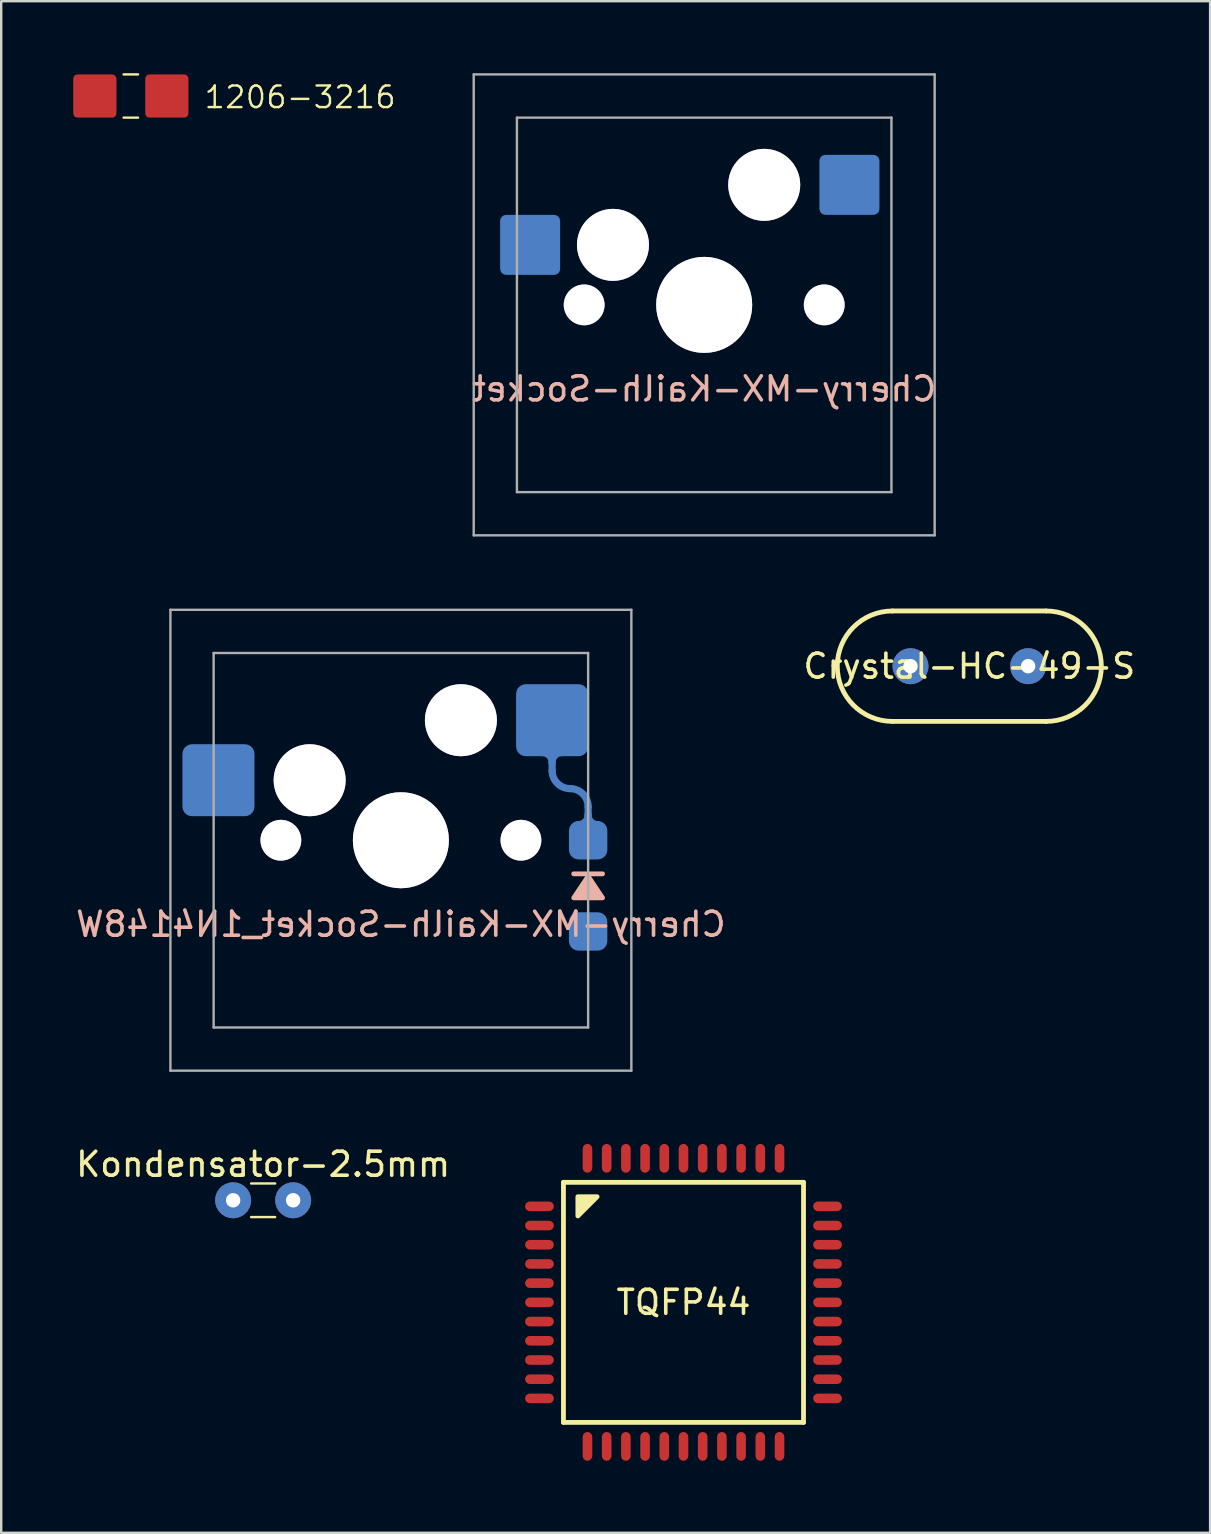
<source format=kicad_pcb>
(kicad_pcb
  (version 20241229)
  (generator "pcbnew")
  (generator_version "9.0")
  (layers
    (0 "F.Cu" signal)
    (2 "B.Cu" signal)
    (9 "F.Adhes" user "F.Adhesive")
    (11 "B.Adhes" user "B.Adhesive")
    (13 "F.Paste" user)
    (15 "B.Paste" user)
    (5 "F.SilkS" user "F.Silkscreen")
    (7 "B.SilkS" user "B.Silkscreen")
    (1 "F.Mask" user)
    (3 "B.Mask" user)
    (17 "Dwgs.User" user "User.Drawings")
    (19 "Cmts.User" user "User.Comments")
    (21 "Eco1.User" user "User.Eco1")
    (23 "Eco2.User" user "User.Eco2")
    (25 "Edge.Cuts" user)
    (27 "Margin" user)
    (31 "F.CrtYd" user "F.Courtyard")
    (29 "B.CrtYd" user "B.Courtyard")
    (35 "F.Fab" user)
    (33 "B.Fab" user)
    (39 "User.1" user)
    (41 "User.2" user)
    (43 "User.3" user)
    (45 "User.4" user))
  (footprint "Kondensator-2.5mm"
    (layer "F.Cu")
    (at 7.911 46.948)
    (property "Reference" "Kondensator-2.5mm" (at 0 -1.5 0) (layer "F.SilkS") (effects (font (size 1 1) (thickness 0.15))))
    (attr through_hole)
    (fp_line (start -0.5 -0.7) (end 0.5 -0.7) (stroke (width 0.1) (type solid)) (layer "F.SilkS"))
    (fp_line (start -0.5 0.7) (end 0.5 0.7) (stroke (width 0.1) (type solid)) (layer "F.SilkS"))
    (pad "1" thru_hole roundrect (at -1.25 0) (size 1.5 1.5) (drill 0.6) (layers "*.Cu" "*.Mask") (roundrect_rratio 0.5))
    (pad "1" thru_hole roundrect (at 1.25 0) (size 1.5 1.5) (drill 0.6) (layers "*.Cu" "*.Mask") (roundrect_rratio 0.5)))
  (footprint "Cherry-MX-Kailh-Socket"
    (layer "F.Cu")
    (at 26.283 9.65)
    (property "Reference" "Cherry-MX-Kailh-Socket" (at 0 3.5 0) (layer "B.SilkS") (effects (font (size 1 1) (thickness 0.15)) (justify mirror)))
    (attr through_hole)
    (fp_line (start -9.6 -9.6) (end -9.6 9.6) (stroke (width 0.1) (type solid)) (layer "F.Fab"))
    (fp_line (start -9.6 -9.6) (end 9.6 -9.6) (stroke (width 0.1) (type solid)) (layer "F.Fab"))
    (fp_line (start -9.6 9.6) (end 9.6 9.6) (stroke (width 0.1) (type solid)) (layer "F.Fab"))
    (fp_line (start -7.8 -7.8) (end -7.8 7.8) (stroke (width 0.1) (type solid)) (layer "F.Fab"))
    (fp_line (start -7.8 -7.8) (end 7.8 -7.8) (stroke (width 0.1) (type solid)) (layer "F.Fab"))
    (fp_line (start -7.8 7.8) (end 7.8 7.8) (stroke (width 0.1) (type solid)) (layer "F.Fab"))
    (fp_line (start 7.8 -7.8) (end 7.8 7.8) (stroke (width 0.1) (type solid)) (layer "F.Fab"))
    (fp_line (start 9.6 -9.6) (end 9.6 9.6) (stroke (width 0.1) (type solid)) (layer "F.Fab"))
    (pad "" np_thru_hole roundrect (at -5 0) (size 1.7 1.7) (drill 1.7) (layers "*.Cu" "*.Mask") (roundrect_rratio 0.5))
    (pad "" np_thru_hole roundrect (at -3.8 -2.5) (size 3 3) (drill 3) (layers "*.Cu" "*.Mask") (roundrect_rratio 0.5))
    (pad "" np_thru_hole roundrect (at 0 0) (size 4 4) (drill 4) (layers "*.Cu" "*.Mask") (roundrect_rratio 0.5))
    (pad "" np_thru_hole roundrect (at 2.5 -5) (size 3 3) (drill 3) (layers "*.Cu" "*.Mask") (roundrect_rratio 0.5))
    (pad "" np_thru_hole roundrect (at 5 0) (size 1.7 1.7) (drill 1.7) (layers "*.Cu" "*.Mask") (roundrect_rratio 0.5))
    (pad "1" smd roundrect (at -7.25 -2.5) (size 2.5 2.5) (layers "B.Cu" "B.Mask" "B.Paste") (roundrect_rratio 0.1))
    (pad "2" smd roundrect (at 6.05 -5) (size 2.5 2.5) (layers "B.Cu" "B.Mask" "B.Paste") (roundrect_rratio 0.1)))
  (footprint "Crystal-HC-49-S"
    (layer "F.Cu")
    (at 37.327 24.7)
    (property "Reference" "Crystal-HC-49-S" (at 0 0 0) (layer "F.SilkS") (effects (font (size 1 1) (thickness 0.15))))
    (attr through_hole)
    (fp_line (start -3.2 -2.3) (end 3.2 -2.3) (stroke (width 0.2) (type solid)) (layer "F.SilkS"))
    (fp_line (start -3.2 2.3) (end 3.2 2.3) (stroke (width 0.2) (type solid)) (layer "F.SilkS"))
    (fp_arc (start -3.2 2.3) (mid -5.5 0) (end -3.2 -2.3) (stroke (width 0.2) (type solid)) (layer "F.SilkS"))
    (fp_arc (start 3.2 -2.3) (mid 5.5 0) (end 3.2 2.3) (stroke (width 0.2) (type solid)) (layer "F.SilkS"))
    (pad "1" thru_hole roundrect (at -2.45 0) (size 1.5 1.5) (drill 0.6) (layers "*.Cu" "*.Mask") (roundrect_rratio 0.5))
    (pad "2" thru_hole roundrect (at 2.45 0) (size 1.5 1.5) (drill 0.6) (layers "*.Cu" "*.Mask") (roundrect_rratio 0.5)))
  (footprint "TQFP44"
    (layer "F.Cu")
    (at 25.421 51.2)
    (property "Reference" "TQFP44" (at 0 0 0) (layer "F.SilkS") (effects (font (size 1 1) (thickness 0.15))))
    (attr through_hole)
    (fp_line (start -5 -5) (end -5 5) (stroke (width 0.2) (type solid)) (layer "F.SilkS"))
    (fp_line (start -5 5) (end 5 5) (stroke (width 0.2) (type solid)) (layer "F.SilkS"))
    (fp_line (start 5 -5) (end -5 -5) (stroke (width 0.2) (type solid)) (layer "F.SilkS"))
    (fp_line (start 5 5) (end 5 -5) (stroke (width 0.2) (type solid)) (layer "F.SilkS"))
    (fp_poly (pts (xy -4.4 -4.4) (xy -4.4 -3.6) (xy -3.6 -4.4)) (stroke (width 0.2) (type solid)) (fill yes) (layer "F.SilkS"))
    (pad "1" smd roundrect (at -6 -4) (size 1.2 0.4) (layers "F.Cu" "F.Mask" "F.Paste") (roundrect_rratio 0.5))
    (pad "2" smd roundrect (at -6 -3.2) (size 1.2 0.4) (layers "F.Cu" "F.Mask" "F.Paste") (roundrect_rratio 0.5))
    (pad "3" smd roundrect (at -6 -2.4) (size 1.2 0.4) (layers "F.Cu" "F.Mask" "F.Paste") (roundrect_rratio 0.5))
    (pad "4" smd roundrect (at -6 -1.6) (size 1.2 0.4) (layers "F.Cu" "F.Mask" "F.Paste") (roundrect_rratio 0.5))
    (pad "5" smd roundrect (at -6 -0.8) (size 1.2 0.4) (layers "F.Cu" "F.Mask" "F.Paste") (roundrect_rratio 0.5))
    (pad "6" smd roundrect (at -6 0) (size 1.2 0.4) (layers "F.Cu" "F.Mask" "F.Paste") (roundrect_rratio 0.5))
    (pad "7" smd roundrect (at -6 0.8) (size 1.2 0.4) (layers "F.Cu" "F.Mask" "F.Paste") (roundrect_rratio 0.5))
    (pad "8" smd roundrect (at -6 1.6) (size 1.2 0.4) (layers "F.Cu" "F.Mask" "F.Paste") (roundrect_rratio 0.5))
    (pad "9" smd roundrect (at -6 2.4) (size 1.2 0.4) (layers "F.Cu" "F.Mask" "F.Paste") (roundrect_rratio 0.5))
    (pad "10" smd roundrect (at -6 3.2) (size 1.2 0.4) (layers "F.Cu" "F.Mask" "F.Paste") (roundrect_rratio 0.5))
    (pad "11" smd roundrect (at -6 4) (size 1.2 0.4) (layers "F.Cu" "F.Mask" "F.Paste") (roundrect_rratio 0.5))
    (pad "12" smd roundrect (at -4 6 90) (size 1.2 0.4) (layers "F.Cu" "F.Mask" "F.Paste") (roundrect_rratio 0.5))
    (pad "13" smd roundrect (at -3.2 6 90) (size 1.2 0.4) (layers "F.Cu" "F.Mask" "F.Paste") (roundrect_rratio 0.5))
    (pad "14" smd roundrect (at -2.4 6 90) (size 1.2 0.4) (layers "F.Cu" "F.Mask" "F.Paste") (roundrect_rratio 0.5))
    (pad "15" smd roundrect (at -1.6 6 90) (size 1.2 0.4) (layers "F.Cu" "F.Mask" "F.Paste") (roundrect_rratio 0.5))
    (pad "16" smd roundrect (at -0.8 6 90) (size 1.2 0.4) (layers "F.Cu" "F.Mask" "F.Paste") (roundrect_rratio 0.5))
    (pad "17" smd roundrect (at 0 6 90) (size 1.2 0.4) (layers "F.Cu" "F.Mask" "F.Paste") (roundrect_rratio 0.5))
    (pad "18" smd roundrect (at 0.8 6 90) (size 1.2 0.4) (layers "F.Cu" "F.Mask" "F.Paste") (roundrect_rratio 0.5))
    (pad "19" smd roundrect (at 1.6 6 90) (size 1.2 0.4) (layers "F.Cu" "F.Mask" "F.Paste") (roundrect_rratio 0.5))
    (pad "20" smd roundrect (at 2.4 6 90) (size 1.2 0.4) (layers "F.Cu" "F.Mask" "F.Paste") (roundrect_rratio 0.5))
    (pad "21" smd roundrect (at 3.2 6 90) (size 1.2 0.4) (layers "F.Cu" "F.Mask" "F.Paste") (roundrect_rratio 0.5))
    (pad "22" smd roundrect (at 4 6 90) (size 1.2 0.4) (layers "F.Cu" "F.Mask" "F.Paste") (roundrect_rratio 0.5))
    (pad "23" smd roundrect (at 6 4) (size 1.2 0.4) (layers "F.Cu" "F.Mask" "F.Paste") (roundrect_rratio 0.5))
    (pad "24" smd roundrect (at 6 3.2) (size 1.2 0.4) (layers "F.Cu" "F.Mask" "F.Paste") (roundrect_rratio 0.5))
    (pad "25" smd roundrect (at 6 2.4) (size 1.2 0.4) (layers "F.Cu" "F.Mask" "F.Paste") (roundrect_rratio 0.5))
    (pad "26" smd roundrect (at 6 1.6) (size 1.2 0.4) (layers "F.Cu" "F.Mask" "F.Paste") (roundrect_rratio 0.5))
    (pad "27" smd roundrect (at 6 0.8) (size 1.2 0.4) (layers "F.Cu" "F.Mask" "F.Paste") (roundrect_rratio 0.5))
    (pad "28" smd roundrect (at 6 0) (size 1.2 0.4) (layers "F.Cu" "F.Mask" "F.Paste") (roundrect_rratio 0.5))
    (pad "29" smd roundrect (at 6 -0.8) (size 1.2 0.4) (layers "F.Cu" "F.Mask" "F.Paste") (roundrect_rratio 0.5))
    (pad "30" smd roundrect (at 6 -1.6) (size 1.2 0.4) (layers "F.Cu" "F.Mask" "F.Paste") (roundrect_rratio 0.5))
    (pad "31" smd roundrect (at 6 -2.4) (size 1.2 0.4) (layers "F.Cu" "F.Mask" "F.Paste") (roundrect_rratio 0.5))
    (pad "32" smd roundrect (at 6 -3.2) (size 1.2 0.4) (layers "F.Cu" "F.Mask" "F.Paste") (roundrect_rratio 0.5))
    (pad "33" smd roundrect (at 6 -4) (size 1.2 0.4) (layers "F.Cu" "F.Mask" "F.Paste") (roundrect_rratio 0.5))
    (pad "34" smd roundrect (at 4 -6 90) (size 1.2 0.4) (layers "F.Cu" "F.Mask" "F.Paste") (roundrect_rratio 0.5))
    (pad "35" smd roundrect (at 3.2 -6 90) (size 1.2 0.4) (layers "F.Cu" "F.Mask" "F.Paste") (roundrect_rratio 0.5))
    (pad "36" smd roundrect (at 2.4 -6 90) (size 1.2 0.4) (layers "F.Cu" "F.Mask" "F.Paste") (roundrect_rratio 0.5))
    (pad "37" smd roundrect (at 1.6 -6 90) (size 1.2 0.4) (layers "F.Cu" "F.Mask" "F.Paste") (roundrect_rratio 0.5))
    (pad "38" smd roundrect (at 0.8 -6 90) (size 1.2 0.4) (layers "F.Cu" "F.Mask" "F.Paste") (roundrect_rratio 0.5))
    (pad "39" smd roundrect (at 0 -6 90) (size 1.2 0.4) (layers "F.Cu" "F.Mask" "F.Paste") (roundrect_rratio 0.5))
    (pad "40" smd roundrect (at -0.8 -6 90) (size 1.2 0.4) (layers "F.Cu" "F.Mask" "F.Paste") (roundrect_rratio 0.5))
    (pad "41" smd roundrect (at -1.6 -6 90) (size 1.2 0.4) (layers "F.Cu" "F.Mask" "F.Paste") (roundrect_rratio 0.5))
    (pad "42" smd roundrect (at -2.4 -6 90) (size 1.2 0.4) (layers "F.Cu" "F.Mask" "F.Paste") (roundrect_rratio 0.5))
    (pad "43" smd roundrect (at -3.2 -6 90) (size 1.2 0.4) (layers "F.Cu" "F.Mask" "F.Paste") (roundrect_rratio 0.5))
    (pad "44" smd roundrect (at -4 -6 90) (size 1.2 0.4) (layers "F.Cu" "F.Mask" "F.Paste") (roundrect_rratio 0.5)))
  (footprint "Cherry-MX-Kailh-Socket_1N4148W"
    (layer "F.Cu")
    (at 13.649 31.95)
    (property "Reference" "Cherry-MX-Kailh-Socket_1N4148W" (at 0 3.5 0) (layer "B.SilkS") (effects (font (size 1 1) (thickness 0.15)) (justify mirror)))
    (attr through_hole)
    (fp_line (start 6.3 -3.25) (end 6.3 -2.9) (stroke (width 0.3) (type solid)) (layer "B.Cu"))
    (fp_line (start 7.8 -1.4) (end 7.8 -1.05) (stroke (width 0.3) (type solid)) (layer "B.Cu"))
    (fp_arc (start 5.9 -3.65) (mid 6.182843 -3.532843) (end 6.3 -3.25) (stroke (width 0.3) (type solid)) (layer "B.Cu"))
    (fp_arc (start 6.3 -3.25) (mid 6.417157 -3.532843) (end 6.7 -3.65) (stroke (width 0.3) (type solid)) (layer "B.Cu"))
    (fp_arc (start 7.05 -2.15) (mid 6.51967 -2.36967) (end 6.3 -2.9) (stroke (width 0.3) (type solid)) (layer "B.Cu"))
    (fp_arc (start 7.05 -2.15) (mid 7.58033 -1.93033) (end 7.8 -1.4) (stroke (width 0.3) (type solid)) (layer "B.Cu"))
    (fp_arc (start 7.8 -1.05) (mid 7.682843 -0.767157) (end 7.4 -0.65) (stroke (width 0.3) (type solid)) (layer "B.Cu"))
    (fp_arc (start 8.2 -0.65) (mid 7.917157 -0.767157) (end 7.8 -1.05) (stroke (width 0.3) (type solid)) (layer "B.Cu"))
    (fp_line (start 7.2 1.4) (end 8.4 1.4) (stroke (width 0.2) (type solid)) (layer "B.SilkS"))
    (fp_poly (pts (xy 7.8 1.5) (xy 7.2 2.4) (xy 8.4 2.4)) (stroke (width 0.2) (type solid)) (fill yes) (layer "B.SilkS"))
    (fp_line (start -9.6 -9.6) (end -9.6 9.6) (stroke (width 0.1) (type solid)) (layer "F.Fab"))
    (fp_line (start -9.6 -9.6) (end 9.6 -9.6) (stroke (width 0.1) (type solid)) (layer "F.Fab"))
    (fp_line (start -9.6 9.6) (end 9.6 9.6) (stroke (width 0.1) (type solid)) (layer "F.Fab"))
    (fp_line (start -7.8 -7.8) (end -7.8 7.8) (stroke (width 0.1) (type solid)) (layer "F.Fab"))
    (fp_line (start -7.8 -7.8) (end 7.8 -7.8) (stroke (width 0.1) (type solid)) (layer "F.Fab"))
    (fp_line (start -7.8 7.8) (end 7.8 7.8) (stroke (width 0.1) (type solid)) (layer "F.Fab"))
    (fp_line (start 7.8 -7.8) (end 7.8 7.8) (stroke (width 0.1) (type solid)) (layer "F.Fab"))
    (fp_line (start 9.6 -9.6) (end 9.6 9.6) (stroke (width 0.1) (type solid)) (layer "F.Fab"))
    (pad "" np_thru_hole roundrect (at -5 0) (size 1.7 1.7) (drill 1.7) (layers "*.Cu" "*.Mask") (roundrect_rratio 0.5))
    (pad "" np_thru_hole roundrect (at -3.8 -2.5) (size 3 3) (drill 3) (layers "*.Cu" "*.Mask") (roundrect_rratio 0.5))
    (pad "" np_thru_hole roundrect (at 0 0) (size 4 4) (drill 4) (layers "*.Cu" "*.Mask") (roundrect_rratio 0.5))
    (pad "" np_thru_hole roundrect (at 2.5 -5) (size 3 3) (drill 3) (layers "*.Cu" "*.Mask") (roundrect_rratio 0.5))
    (pad "" np_thru_hole roundrect (at 5 0) (size 1.7 1.7) (drill 1.7) (layers "*.Cu" "*.Mask") (roundrect_rratio 0.5))
    (pad "" smd roundrect (at 6.3 -5) (size 3 3) (layers "B.Cu" "B.Mask" "B.Paste") (roundrect_rratio 0.133))
    (pad "" smd roundrect (at 7.8 0) (size 1.6 1.6) (layers "B.Cu" "B.Mask" "B.Paste") (roundrect_rratio 0.25))
    (pad "1" smd roundrect (at -7.6 -2.5) (size 3 3) (layers "B.Cu" "B.Mask" "B.Paste") (roundrect_rratio 0.133))
    (pad "2" smd roundrect (at 7.8 3.8) (size 1.6 1.6) (layers "B.Cu" "B.Mask" "B.Paste") (roundrect_rratio 0.25)))
  (footprint "1206-3216"
    (layer "F.Cu")
    (at 2.4 0.95)
    (property "Reference" "1206-3216" (at 3 0.05 0) (layer "F.SilkS") (effects (font (size 0.9 0.9) (thickness 0.1)) (justify left)))
    (attr through_hole)
    (fp_line (start -0.3 -0.9) (end 0.3 -0.9) (stroke (width 0.1) (type solid)) (layer "F.SilkS"))
    (fp_line (start -0.3 0.9) (end 0.3 0.9) (stroke (width 0.1) (type solid)) (layer "F.SilkS"))
    (pad "1" smd roundrect (at -1.5 0) (size 1.8 1.8) (layers "F.Cu" "F.Mask" "F.Paste") (roundrect_rratio 0.1))
    (pad "2" smd roundrect (at 1.5 0) (size 1.8 1.8) (layers "F.Cu" "F.Mask" "F.Paste") (roundrect_rratio 0.1)))
  (gr_rect
    (start -3 -3)
    (end 47.357 60.8)
    (stroke (width 0.1) (type default))
    (fill no)
    (layer "Edge.Cuts")))
</source>
